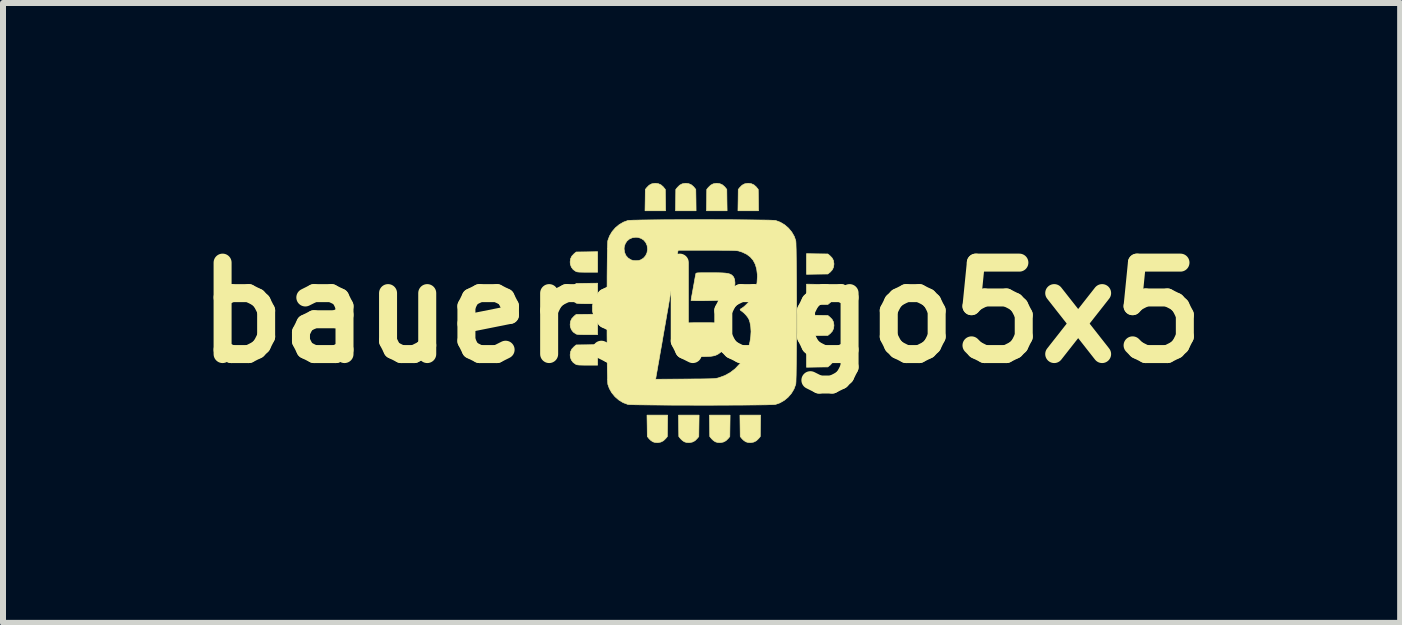
<source format=kicad_pcb>
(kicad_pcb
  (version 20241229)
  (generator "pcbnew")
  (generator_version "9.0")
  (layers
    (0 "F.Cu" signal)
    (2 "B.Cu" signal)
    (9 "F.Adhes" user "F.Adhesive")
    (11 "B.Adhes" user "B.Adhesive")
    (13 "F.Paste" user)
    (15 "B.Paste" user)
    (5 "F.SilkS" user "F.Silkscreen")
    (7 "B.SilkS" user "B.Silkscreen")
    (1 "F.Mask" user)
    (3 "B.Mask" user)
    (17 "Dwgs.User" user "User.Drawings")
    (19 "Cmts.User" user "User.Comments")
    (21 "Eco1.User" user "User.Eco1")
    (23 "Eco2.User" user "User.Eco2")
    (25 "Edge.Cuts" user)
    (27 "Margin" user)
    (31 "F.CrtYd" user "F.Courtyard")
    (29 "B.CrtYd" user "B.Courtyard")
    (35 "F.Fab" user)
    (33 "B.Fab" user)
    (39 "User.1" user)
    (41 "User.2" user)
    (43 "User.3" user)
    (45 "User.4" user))
  (footprint "bauerslogo5x5"
    (layer "F.Cu")
    (at 8.643 2.162)
    (property "Reference" "bauerslogo5x5" (at 0 0 0) (layer "F.SilkS") (effects (font (size 1.524 1.524) (thickness 0.3))))
    (attr through_hole)
    (fp_poly (pts (xy -0.719 -2.15) (xy -0.675 -2.13) (xy -0.636 -2.095) (xy -0.63 -2.087) (xy -0.604 -2.055) (xy -0.601 -1.877) (xy -0.599 -1.699) (xy -0.942 -1.699) (xy -0.939 -1.877) (xy -0.937 -2.055) (xy -0.911 -2.087) (xy -0.873 -2.125) (xy -0.83 -2.148) (xy -0.779 -2.156) (xy -0.77 -2.157) (xy -0.719 -2.15)) (stroke (width 0.01) (type solid)) (fill yes) (layer "F.SilkS"))
    (fp_poly (pts (xy -0.211 -2.15) (xy -0.167 -2.13) (xy -0.128 -2.095) (xy -0.122 -2.087) (xy -0.096 -2.055) (xy -0.093 -1.877) (xy -0.091 -1.699) (xy -0.434 -1.699) (xy -0.431 -1.877) (xy -0.429 -2.055) (xy -0.403 -2.087) (xy -0.365 -2.125) (xy -0.322 -2.148) (xy -0.271 -2.156) (xy -0.262 -2.157) (xy -0.211 -2.15)) (stroke (width 0.01) (type solid)) (fill yes) (layer "F.SilkS"))
    (fp_poly (pts (xy -0.046 2.064) (xy -0.072 2.096) (xy -0.11 2.134) (xy -0.153 2.156) (xy -0.203 2.165) (xy -0.212 2.165) (xy -0.253 2.162) (xy -0.285 2.152) (xy -0.295 2.146) (xy -0.321 2.128) (xy -0.346 2.104) (xy -0.353 2.096) (xy -0.379 2.064) (xy -0.384 1.707) (xy -0.041 1.707) (xy -0.046 2.064)) (stroke (width 0.01) (type solid)) (fill yes) (layer "F.SilkS"))
    (fp_poly (pts (xy 0.306 -2.15) (xy 0.35 -2.13) (xy 0.389 -2.095) (xy 0.395 -2.087) (xy 0.421 -2.055) (xy 0.423 -1.877) (xy 0.426 -1.699) (xy 0.082 -1.699) (xy 0.085 -1.877) (xy 0.087 -2.055) (xy 0.113 -2.087) (xy 0.152 -2.125) (xy 0.195 -2.148) (xy 0.245 -2.156) (xy 0.254 -2.157) (xy 0.306 -2.15)) (stroke (width 0.01) (type solid)) (fill yes) (layer "F.SilkS"))
    (fp_poly (pts (xy 0.471 2.064) (xy 0.445 2.096) (xy 0.406 2.134) (xy 0.363 2.156) (xy 0.313 2.165) (xy 0.304 2.165) (xy 0.264 2.162) (xy 0.231 2.152) (xy 0.221 2.146) (xy 0.195 2.128) (xy 0.17 2.104) (xy 0.163 2.096) (xy 0.137 2.064) (xy 0.132 1.707) (xy 0.476 1.707) (xy 0.471 2.064)) (stroke (width 0.01) (type solid)) (fill yes) (layer "F.SilkS"))
    (fp_poly (pts (xy 0.83 -2.15) (xy 0.874 -2.13) (xy 0.913 -2.095) (xy 0.919 -2.087) (xy 0.945 -2.055) (xy 0.948 -1.877) (xy 0.95 -1.699) (xy 0.607 -1.699) (xy 0.61 -1.877) (xy 0.612 -2.055) (xy 0.638 -2.087) (xy 0.676 -2.125) (xy 0.719 -2.148) (xy 0.77 -2.156) (xy 0.779 -2.157) (xy 0.83 -2.15)) (stroke (width 0.01) (type solid)) (fill yes) (layer "F.SilkS"))
    (fp_poly (pts (xy 0.979 2.064) (xy 0.953 2.096) (xy 0.914 2.134) (xy 0.871 2.156) (xy 0.821 2.165) (xy 0.812 2.165) (xy 0.772 2.162) (xy 0.739 2.152) (xy 0.729 2.146) (xy 0.703 2.128) (xy 0.678 2.104) (xy 0.671 2.096) (xy 0.645 2.064) (xy 0.64 1.707) (xy 0.984 1.707) (xy 0.979 2.064)) (stroke (width 0.01) (type solid)) (fill yes) (layer "F.SilkS"))
    (fp_poly (pts (xy 1.927 -0.981) (xy 2.105 -0.979) (xy 2.137 -0.953) (xy 2.175 -0.914) (xy 2.198 -0.871) (xy 2.206 -0.821) (xy 2.207 -0.812) (xy 2.2 -0.76) (xy 2.18 -0.716) (xy 2.145 -0.677) (xy 2.137 -0.671) (xy 2.105 -0.645) (xy 1.927 -0.643) (xy 1.749 -0.64) (xy 1.749 -0.984) (xy 1.927 -0.981)) (stroke (width 0.01) (type solid)) (fill yes) (layer "F.SilkS"))
    (fp_poly (pts (xy 1.927 -0.473) (xy 2.105 -0.471) (xy 2.137 -0.445) (xy 2.175 -0.406) (xy 2.198 -0.363) (xy 2.206 -0.313) (xy 2.207 -0.304) (xy 2.2 -0.252) (xy 2.18 -0.208) (xy 2.145 -0.169) (xy 2.137 -0.163) (xy 2.105 -0.137) (xy 1.927 -0.135) (xy 1.749 -0.132) (xy 1.749 -0.476) (xy 1.927 -0.473)) (stroke (width 0.01) (type solid)) (fill yes) (layer "F.SilkS"))
    (fp_poly (pts (xy 1.927 0.043) (xy 2.105 0.046) (xy 2.137 0.072) (xy 2.175 0.11) (xy 2.198 0.153) (xy 2.206 0.203) (xy 2.207 0.212) (xy 2.2 0.264) (xy 2.18 0.308) (xy 2.145 0.347) (xy 2.137 0.353) (xy 2.105 0.379) (xy 1.927 0.381) (xy 1.749 0.384) (xy 1.749 0.041) (xy 1.927 0.043)) (stroke (width 0.01) (type solid)) (fill yes) (layer "F.SilkS"))
    (fp_poly (pts (xy 1.927 0.568) (xy 2.105 0.57) (xy 2.137 0.596) (xy 2.175 0.635) (xy 2.198 0.678) (xy 2.206 0.728) (xy 2.207 0.737) (xy 2.2 0.789) (xy 2.18 0.833) (xy 2.145 0.872) (xy 2.137 0.878) (xy 2.105 0.904) (xy 1.927 0.906) (xy 1.749 0.909) (xy 1.749 0.565) (xy 1.927 0.568)) (stroke (width 0.01) (type solid)) (fill yes) (layer "F.SilkS"))
    (fp_poly (pts (xy -0.57 2.064) (xy -0.596 2.096) (xy -0.635 2.134) (xy -0.678 2.156) (xy -0.728 2.165) (xy -0.737 2.165) (xy -0.777 2.162) (xy -0.81 2.152) (xy -0.82 2.146) (xy -0.846 2.128) (xy -0.871 2.104) (xy -0.878 2.096) (xy -0.904 2.064) (xy -0.906 1.886) (xy -0.909 1.707) (xy -0.565 1.707) (xy -0.57 2.064)) (stroke (width 0.01) (type solid)) (fill yes) (layer "F.SilkS"))
    (fp_poly (pts (xy -1.732 -0.675) (xy -1.901 -0.675) (xy -1.961 -0.675) (xy -2.007 -0.676) (xy -2.041 -0.677) (xy -2.066 -0.68) (xy -2.083 -0.683) (xy -2.094 -0.688) (xy -2.139 -0.719) (xy -2.17 -0.76) (xy -2.187 -0.809) (xy -2.19 -0.847) (xy -2.183 -0.899) (xy -2.162 -0.943) (xy -2.125 -0.982) (xy -2.121 -0.986) (xy -2.089 -1.012) (xy -1.91 -1.014) (xy -1.732 -1.017) (xy -1.732 -0.675)) (stroke (width 0.01) (type solid)) (fill yes) (layer "F.SilkS"))
    (fp_poly (pts (xy -1.732 -0.15) (xy -1.901 -0.15) (xy -1.961 -0.15) (xy -2.007 -0.151) (xy -2.041 -0.153) (xy -2.066 -0.155) (xy -2.083 -0.158) (xy -2.094 -0.163) (xy -2.139 -0.195) (xy -2.17 -0.235) (xy -2.187 -0.285) (xy -2.19 -0.322) (xy -2.183 -0.374) (xy -2.162 -0.418) (xy -2.125 -0.458) (xy -2.121 -0.461) (xy -2.089 -0.487) (xy -1.91 -0.49) (xy -1.732 -0.492) (xy -1.732 -0.15)) (stroke (width 0.01) (type solid)) (fill yes) (layer "F.SilkS"))
    (fp_poly (pts (xy -1.732 0.366) (xy -1.901 0.366) (xy -1.961 0.366) (xy -2.007 0.365) (xy -2.041 0.364) (xy -2.066 0.361) (xy -2.083 0.358) (xy -2.094 0.353) (xy -2.139 0.322) (xy -2.17 0.281) (xy -2.187 0.232) (xy -2.19 0.194) (xy -2.183 0.142) (xy -2.162 0.098) (xy -2.125 0.059) (xy -2.121 0.055) (xy -2.089 0.029) (xy -1.91 0.027) (xy -1.732 0.024) (xy -1.732 0.366)) (stroke (width 0.01) (type solid)) (fill yes) (layer "F.SilkS"))
    (fp_poly (pts (xy -1.732 0.874) (xy -1.901 0.874) (xy -1.961 0.874) (xy -2.007 0.873) (xy -2.041 0.872) (xy -2.066 0.869) (xy -2.083 0.866) (xy -2.094 0.861) (xy -2.139 0.83) (xy -2.17 0.789) (xy -2.187 0.74) (xy -2.19 0.702) (xy -2.183 0.65) (xy -2.162 0.606) (xy -2.125 0.567) (xy -2.121 0.563) (xy -2.089 0.537) (xy -1.91 0.535) (xy -1.732 0.532) (xy -1.732 0.874)) (stroke (width 0.01) (type solid)) (fill yes) (layer "F.SilkS"))
    (fp_poly (pts (xy 0.148 -0.666) (xy 0.231 -0.666) (xy 0.298 -0.665) (xy 0.352 -0.663) (xy 0.396 -0.66) (xy 0.43 -0.655) (xy 0.458 -0.649) (xy 0.48 -0.641) (xy 0.498 -0.631) (xy 0.506 -0.626) (xy 0.534 -0.596) (xy 0.551 -0.554) (xy 0.557 -0.5) (xy 0.556 -0.473) (xy 0.544 -0.403) (xy 0.518 -0.343) (xy 0.48 -0.292) (xy 0.429 -0.252) (xy 0.368 -0.223) (xy 0.304 -0.209) (xy 0.283 -0.207) (xy 0.25 -0.205) (xy 0.207 -0.203) (xy 0.158 -0.202) (xy 0.105 -0.201) (xy 0.05 -0.2) (xy -0.004 -0.2) (xy -0.055 -0.2) (xy -0.1 -0.2) (xy -0.136 -0.201) (xy -0.162 -0.202) (xy -0.174 -0.204) (xy -0.175 -0.204) (xy -0.173 -0.214) (xy -0.17 -0.238) (xy -0.164 -0.273) (xy -0.156 -0.316) (xy -0.147 -0.365) (xy -0.138 -0.417) (xy -0.128 -0.47) (xy -0.119 -0.521) (xy -0.111 -0.567) (xy -0.104 -0.605) (xy -0.098 -0.634) (xy -0.095 -0.65) (xy -0.095 -0.652) (xy -0.092 -0.656) (xy -0.087 -0.659) (xy -0.077 -0.662) (xy -0.06 -0.664) (xy -0.035 -0.665) (xy 0.001 -0.666) (xy 0.049 -0.666) (xy 0.11 -0.666) (xy 0.148 -0.666)) (stroke (width 0.01) (type solid)) (fill yes) (layer "F.SilkS"))
    (fp_poly (pts (xy 0.096 0.167) (xy 0.161 0.167) (xy 0.214 0.169) (xy 0.256 0.171) (xy 0.29 0.175) (xy 0.316 0.18) (xy 0.337 0.187) (xy 0.355 0.195) (xy 0.372 0.206) (xy 0.379 0.212) (xy 0.411 0.242) (xy 0.431 0.278) (xy 0.442 0.323) (xy 0.445 0.375) (xy 0.438 0.453) (xy 0.417 0.525) (xy 0.383 0.589) (xy 0.338 0.644) (xy 0.282 0.686) (xy 0.262 0.697) (xy 0.241 0.707) (xy 0.218 0.715) (xy 0.191 0.721) (xy 0.159 0.726) (xy 0.119 0.729) (xy 0.069 0.731) (xy 0.008 0.732) (xy -0.067 0.733) (xy -0.096 0.733) (xy -0.165 0.733) (xy -0.22 0.733) (xy -0.261 0.732) (xy -0.291 0.731) (xy -0.311 0.73) (xy -0.324 0.727) (xy -0.33 0.724) (xy -0.333 0.721) (xy -0.333 0.718) (xy -0.332 0.707) (xy -0.328 0.681) (xy -0.322 0.643) (xy -0.314 0.595) (xy -0.304 0.538) (xy -0.294 0.476) (xy -0.287 0.44) (xy -0.276 0.375) (xy -0.266 0.317) (xy -0.257 0.265) (xy -0.25 0.223) (xy -0.245 0.192) (xy -0.242 0.174) (xy -0.242 0.171) (xy -0.234 0.17) (xy -0.211 0.169) (xy -0.176 0.168) (xy -0.13 0.167) (xy -0.075 0.167) (xy -0.014 0.167) (xy 0.015 0.167) (xy 0.096 0.167)) (stroke (width 0.01) (type solid)) (fill yes) (layer "F.SilkS"))
    (fp_poly (pts (xy 0.102 -1.551) (xy 0.227 -1.55) (xy 0.35 -1.55) (xy 0.469 -1.55) (xy 0.585 -1.549) (xy 0.694 -1.548) (xy 0.797 -1.547) (xy 0.892 -1.546) (xy 0.978 -1.545) (xy 1.054 -1.544) (xy 1.118 -1.543) (xy 1.169 -1.541) (xy 1.207 -1.539) (xy 1.23 -1.537) (xy 1.235 -1.537) (xy 1.313 -1.508) (xy 1.385 -1.465) (xy 1.449 -1.41) (xy 1.503 -1.345) (xy 1.545 -1.273) (xy 1.57 -1.202) (xy 1.572 -1.186) (xy 1.574 -1.155) (xy 1.575 -1.109) (xy 1.577 -1.05) (xy 1.578 -0.98) (xy 1.579 -0.899) (xy 1.58 -0.808) (xy 1.581 -0.709) (xy 1.582 -0.603) (xy 1.583 -0.49) (xy 1.583 -0.373) (xy 1.584 -0.253) (xy 1.584 -0.13) (xy 1.584 -0.006) (xy 1.584 0.119) (xy 1.584 0.241) (xy 1.583 0.362) (xy 1.583 0.479) (xy 1.582 0.592) (xy 1.581 0.698) (xy 1.58 0.797) (xy 1.579 0.888) (xy 1.578 0.97) (xy 1.577 1.041) (xy 1.575 1.099) (xy 1.574 1.145) (xy 1.572 1.177) (xy 1.57 1.193) (xy 1.57 1.193) (xy 1.541 1.272) (xy 1.498 1.344) (xy 1.443 1.408) (xy 1.379 1.461) (xy 1.306 1.503) (xy 1.235 1.528) (xy 1.22 1.53) (xy 1.189 1.532) (xy 1.143 1.533) (xy 1.085 1.535) (xy 1.015 1.536) (xy 0.934 1.537) (xy 0.843 1.538) (xy 0.744 1.539) (xy 0.637 1.54) (xy 0.525 1.54) (xy 0.407 1.541) (xy 0.285 1.541) (xy 0.161 1.542) (xy 0.036 1.542) (xy -0.09 1.542) (xy -0.215 1.541) (xy -0.338 1.541) (xy -0.458 1.541) (xy -0.573 1.54) (xy -0.683 1.539) (xy -0.787 1.538) (xy -0.882 1.537) (xy -0.968 1.536) (xy -1.045 1.535) (xy -1.109 1.534) (xy -1.162 1.532) (xy -1.2 1.531) (xy -1.224 1.529) (xy -1.23 1.528) (xy -1.307 1.499) (xy -1.379 1.455) (xy -1.442 1.4) (xy -1.496 1.335) (xy -1.537 1.263) (xy -1.562 1.193) (xy -1.563 1.178) (xy -1.565 1.146) (xy -1.567 1.109) (xy -0.767 1.109) (xy -0.273 1.106) (xy -0.17 1.105) (xy -0.082 1.104) (xy -0.008 1.104) (xy 0.054 1.103) (xy 0.105 1.102) (xy 0.147 1.101) (xy 0.18 1.1) (xy 0.206 1.098) (xy 0.228 1.096) (xy 0.245 1.094) (xy 0.26 1.091) (xy 0.274 1.088) (xy 0.287 1.084) (xy 0.387 1.048) (xy 0.478 0.998) (xy 0.561 0.934) (xy 0.634 0.856) (xy 0.698 0.764) (xy 0.753 0.659) (xy 0.757 0.65) (xy 0.786 0.57) (xy 0.807 0.485) (xy 0.82 0.399) (xy 0.825 0.313) (xy 0.82 0.233) (xy 0.807 0.161) (xy 0.791 0.112) (xy 0.772 0.079) (xy 0.744 0.043) (xy 0.712 0.009) (xy 0.679 -0.019) (xy 0.669 -0.026) (xy 0.648 -0.041) (xy 0.643 -0.052) (xy 0.652 -0.063) (xy 0.666 -0.071) (xy 0.693 -0.089) (xy 0.725 -0.116) (xy 0.76 -0.15) (xy 0.794 -0.186) (xy 0.822 -0.221) (xy 0.831 -0.235) (xy 0.875 -0.316) (xy 0.906 -0.406) (xy 0.925 -0.503) (xy 0.931 -0.603) (xy 0.93 -0.638) (xy 0.919 -0.728) (xy 0.896 -0.806) (xy 0.861 -0.873) (xy 0.813 -0.929) (xy 0.753 -0.974) (xy 0.68 -1.009) (xy 0.621 -1.028) (xy 0.608 -1.031) (xy 0.592 -1.033) (xy 0.571 -1.035) (xy 0.544 -1.037) (xy 0.509 -1.038) (xy 0.466 -1.039) (xy 0.412 -1.04) (xy 0.348 -1.04) (xy 0.27 -1.041) (xy 0.178 -1.041) (xy 0.091 -1.041) (xy -0.39 -1.041) (xy -0.395 -1.018) (xy -0.397 -1.007) (xy -0.401 -0.981) (xy -0.409 -0.94) (xy -0.418 -0.886) (xy -0.43 -0.819) (xy -0.443 -0.742) (xy -0.459 -0.653) (xy -0.476 -0.556) (xy -0.494 -0.45) (xy -0.514 -0.337) (xy -0.535 -0.217) (xy -0.556 -0.092) (xy -0.579 0.037) (xy -0.579 0.037) (xy -0.601 0.167) (xy -0.623 0.291) (xy -0.644 0.411) (xy -0.663 0.524) (xy -0.682 0.63) (xy -0.699 0.727) (xy -0.714 0.815) (xy -0.728 0.892) (xy -0.739 0.959) (xy -0.749 1.012) (xy -0.756 1.053) (xy -0.76 1.079) (xy -0.762 1.089) (xy -0.762 1.089) (xy -0.767 1.109) (xy -1.567 1.109) (xy -1.567 1.101) (xy -1.568 1.042) (xy -1.57 0.972) (xy -1.571 0.89) (xy -1.572 0.8) (xy -1.573 0.7) (xy -1.574 0.594) (xy -1.574 0.482) (xy -1.575 0.365) (xy -1.575 0.244) (xy -1.575 0.121) (xy -1.576 -0.003) (xy -1.575 -0.127) (xy -1.575 -0.25) (xy -1.575 -0.37) (xy -1.574 -0.488) (xy -1.574 -0.6) (xy -1.573 -0.706) (xy -1.572 -0.806) (xy -1.571 -0.897) (xy -1.57 -0.978) (xy -1.568 -1.049) (xy -1.568 -1.064) (xy -1.291 -1.064) (xy -1.283 -1.006) (xy -1.262 -0.955) (xy -1.227 -0.914) (xy -1.18 -0.883) (xy -1.178 -0.882) (xy -1.14 -0.87) (xy -1.094 -0.867) (xy -1.048 -0.87) (xy -1.018 -0.879) (xy -0.97 -0.907) (xy -0.934 -0.947) (xy -0.91 -0.996) (xy -0.9 -1.052) (xy -0.9 -1.062) (xy -0.907 -1.119) (xy -0.929 -1.169) (xy -0.962 -1.209) (xy -1.006 -1.238) (xy -1.058 -1.255) (xy -1.095 -1.258) (xy -1.152 -1.25) (xy -1.202 -1.229) (xy -1.242 -1.195) (xy -1.271 -1.152) (xy -1.288 -1.099) (xy -1.291 -1.064) (xy -1.568 -1.064) (xy -1.567 -1.108) (xy -1.565 -1.154) (xy -1.564 -1.185) (xy -1.562 -1.201) (xy -1.562 -1.202) (xy -1.533 -1.28) (xy -1.49 -1.352) (xy -1.435 -1.416) (xy -1.37 -1.47) (xy -1.298 -1.511) (xy -1.227 -1.537) (xy -1.211 -1.538) (xy -1.18 -1.54) (xy -1.134 -1.542) (xy -1.076 -1.543) (xy -1.005 -1.545) (xy -0.924 -1.546) (xy -0.833 -1.547) (xy -0.733 -1.548) (xy -0.626 -1.549) (xy -0.513 -1.549) (xy -0.396 -1.55) (xy -0.274 -1.55) (xy -0.15 -1.55) (xy -0.024 -1.551) (xy 0.102 -1.551)) (stroke (width 0.01) (type solid)) (fill yes) (layer "F.SilkS")))
  (gr_rect
    (start -3 -3)
    (end 20.287 7.332)
    (stroke (width 0.1) (type default))
    (fill no)
    (layer "Edge.Cuts")))
</source>
